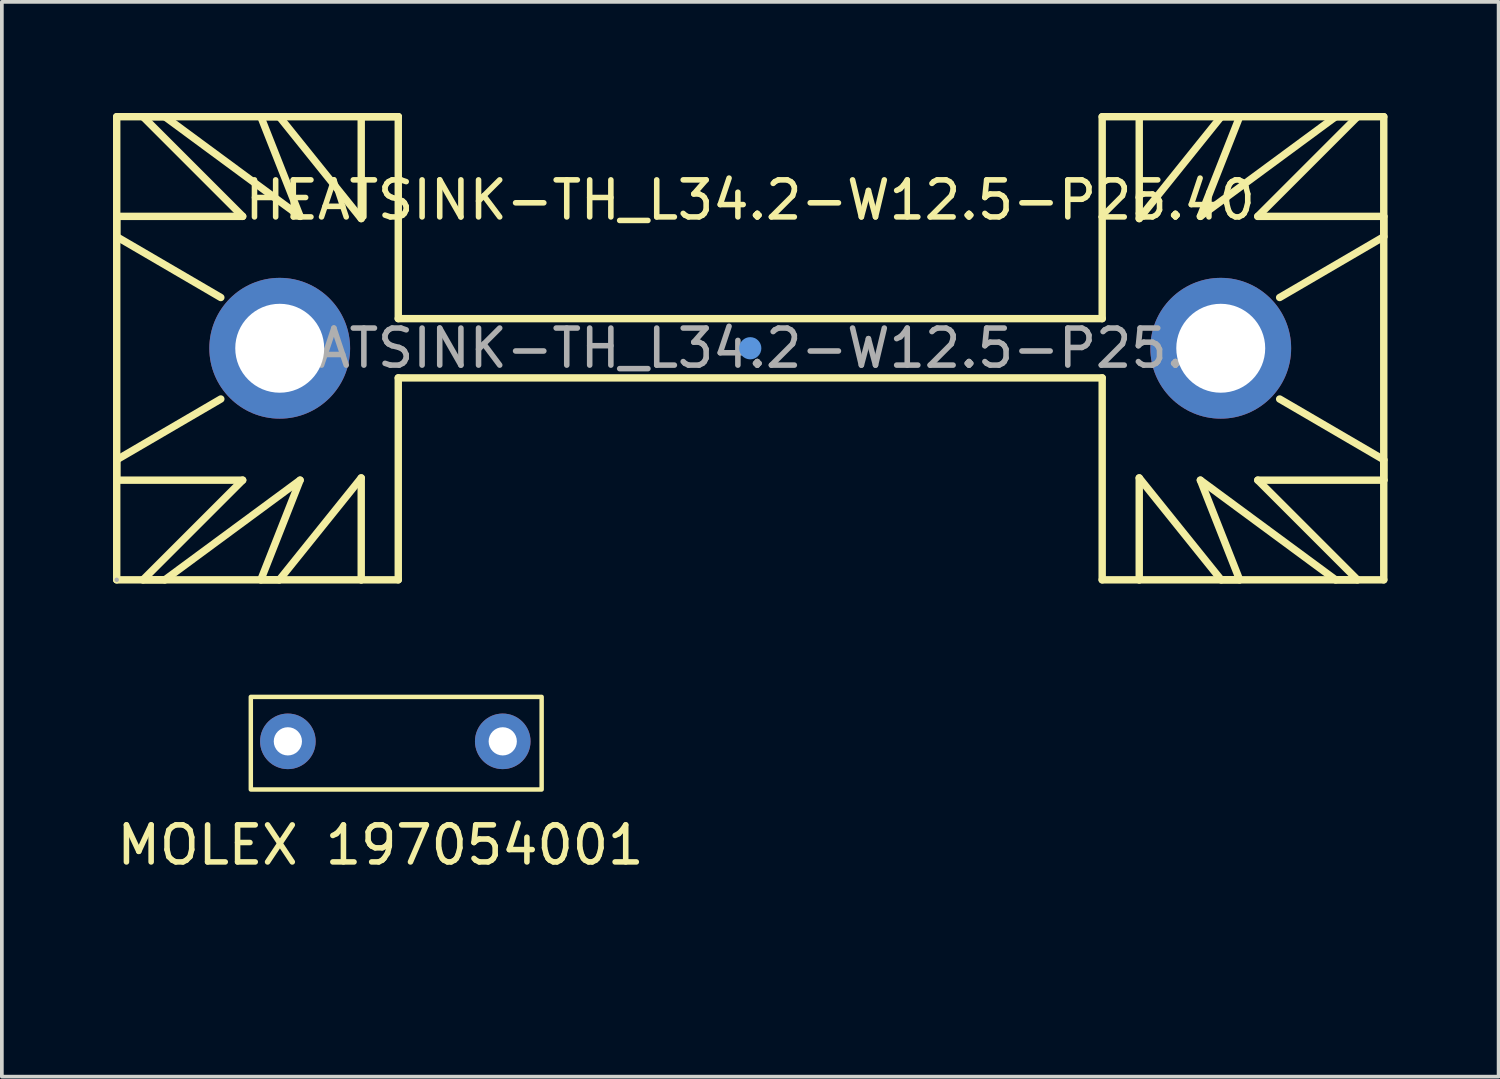
<source format=kicad_pcb>
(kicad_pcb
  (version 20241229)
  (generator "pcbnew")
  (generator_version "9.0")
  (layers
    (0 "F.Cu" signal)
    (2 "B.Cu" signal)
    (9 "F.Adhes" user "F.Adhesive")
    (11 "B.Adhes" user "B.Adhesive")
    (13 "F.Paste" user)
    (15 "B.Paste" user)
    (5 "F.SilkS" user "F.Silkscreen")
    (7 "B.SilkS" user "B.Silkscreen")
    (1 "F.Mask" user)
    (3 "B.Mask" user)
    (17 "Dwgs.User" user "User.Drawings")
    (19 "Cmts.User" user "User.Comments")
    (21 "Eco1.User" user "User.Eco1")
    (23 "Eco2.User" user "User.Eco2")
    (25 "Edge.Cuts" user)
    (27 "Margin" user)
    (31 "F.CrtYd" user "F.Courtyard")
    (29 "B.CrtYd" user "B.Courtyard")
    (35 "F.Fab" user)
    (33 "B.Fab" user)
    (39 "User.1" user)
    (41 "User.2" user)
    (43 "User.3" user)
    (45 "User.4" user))
  (footprint "MOLEX 197054001"
    (layer "F.Cu")
    (at 4.72 22.76)
    (property "Reference" "MOLEX 197054001" (at 2.5 -3 0) (unlocked yes) (layer "F.SilkS") (effects (font (size 1 1) (thickness 0.15))))
    (attr through_hole)
    (fp_rect (start -1 -7) (end 6.85 -4.5) (stroke (width 0.12) (type default)) (fill no) (layer "F.SilkS"))
    (pad "1" thru_hole circle (at 0 -5.8) (size 1.5 1.5) (drill 0.762) (layers "*.Cu" "*.Mask"))
    (pad "2" thru_hole circle (at 5.8 -5.8) (size 1.5 1.5) (drill 0.762) (layers "*.Cu" "*.Mask")))
  (footprint "HEATSINK-TH_L34.2-W12.5-P25.40"
    (layer "F.Cu")
    (at 17.2 6.35)
    (property "Reference" "HEATSINK-TH_L34.2-W12.5-P25.40" (at 0 -4 0) (layer "F.SilkS") (effects (font (size 1 1) (thickness 0.15))))
    (attr through_hole)
    (fp_line (start -17.1 -6.25) (end -17.1 3.56) (stroke (width 0.2) (type solid)) (layer "F.SilkS"))
    (fp_line (start -17.1 -3.56) (end -17.1 -3.01) (stroke (width 0.2) (type solid)) (layer "F.SilkS"))
    (fp_line (start -17.1 -3.01) (end -14.29 -1.37) (stroke (width 0.2) (type solid)) (layer "F.SilkS"))
    (fp_line (start -17.1 3.01) (end -14.29 1.37) (stroke (width 0.2) (type solid)) (layer "F.SilkS"))
    (fp_line (start -17.1 3.56) (end -17.1 3.01) (stroke (width 0.2) (type solid)) (layer "F.SilkS"))
    (fp_line (start -17.1 3.56) (end -17.1 6.25) (stroke (width 0.2) (type solid)) (layer "F.SilkS"))
    (fp_line (start -17.1 6.25) (end -10.5 6.25) (stroke (width 0.2) (type solid)) (layer "F.SilkS"))
    (fp_line (start -16.39 -6.25) (end -13.7 -3.56) (stroke (width 0.2) (type solid)) (layer "F.SilkS"))
    (fp_line (start -16.39 6.25) (end -13.7 3.56) (stroke (width 0.2) (type solid)) (layer "F.SilkS"))
    (fp_line (start -15.8 -6.25) (end -16.39 -6.25) (stroke (width 0.2) (type solid)) (layer "F.SilkS"))
    (fp_line (start -15.8 6.25) (end -16.39 6.25) (stroke (width 0.2) (type solid)) (layer "F.SilkS"))
    (fp_line (start -13.7 -3.56) (end -17.1 -3.56) (stroke (width 0.2) (type solid)) (layer "F.SilkS"))
    (fp_line (start -13.7 3.56) (end -17.1 3.56) (stroke (width 0.2) (type solid)) (layer "F.SilkS"))
    (fp_line (start -13.21 -6.25) (end -12.15 -3.56) (stroke (width 0.2) (type solid)) (layer "F.SilkS"))
    (fp_line (start -13.21 6.25) (end -12.15 3.56) (stroke (width 0.2) (type solid)) (layer "F.SilkS"))
    (fp_line (start -12.71 -6.25) (end -13.21 -6.25) (stroke (width 0.2) (type solid)) (layer "F.SilkS"))
    (fp_line (start -12.71 6.25) (end -13.21 6.25) (stroke (width 0.2) (type solid)) (layer "F.SilkS"))
    (fp_line (start -12.15 -3.56) (end -15.8 -6.25) (stroke (width 0.2) (type solid)) (layer "F.SilkS"))
    (fp_line (start -12.15 3.56) (end -15.8 6.25) (stroke (width 0.2) (type solid)) (layer "F.SilkS"))
    (fp_line (start -10.5 -6.25) (end -9.5 -6.25) (stroke (width 0.2) (type solid)) (layer "F.SilkS"))
    (fp_line (start -10.5 -3.5) (end -12.71 -6.25) (stroke (width 0.2) (type solid)) (layer "F.SilkS"))
    (fp_line (start -10.5 -3.5) (end -10.5 -6.25) (stroke (width 0.2) (type solid)) (layer "F.SilkS"))
    (fp_line (start -10.5 3.5) (end -12.71 6.25) (stroke (width 0.2) (type solid)) (layer "F.SilkS"))
    (fp_line (start -10.5 3.5) (end -10.5 6.25) (stroke (width 0.2) (type solid)) (layer "F.SilkS"))
    (fp_line (start -10.5 6.25) (end -9.5 6.25) (stroke (width 0.2) (type solid)) (layer "F.SilkS"))
    (fp_line (start -9.5 -6.25) (end -17.1 -6.25) (stroke (width 0.2) (type solid)) (layer "F.SilkS"))
    (fp_line (start -9.5 -0.8) (end -9.5 -6.25) (stroke (width 0.2) (type solid)) (layer "F.SilkS"))
    (fp_line (start -9.5 -0.8) (end 9.5 -0.8) (stroke (width 0.2) (type solid)) (layer "F.SilkS"))
    (fp_line (start -9.5 6.25) (end -9.5 0.8) (stroke (width 0.2) (type solid)) (layer "F.SilkS"))
    (fp_line (start 9.5 -6.25) (end 10.5 -6.25) (stroke (width 0.2) (type solid)) (layer "F.SilkS"))
    (fp_line (start 9.5 -0.8) (end 9.5 -6.25) (stroke (width 0.2) (type solid)) (layer "F.SilkS"))
    (fp_line (start 9.5 0.8) (end -9.5 0.8) (stroke (width 0.2) (type solid)) (layer "F.SilkS"))
    (fp_line (start 9.5 0.8) (end 9.5 6.25) (stroke (width 0.2) (type solid)) (layer "F.SilkS"))
    (fp_line (start 9.5 6.25) (end 10.5 6.25) (stroke (width 0.2) (type solid)) (layer "F.SilkS"))
    (fp_line (start 10.5 -6.25) (end 17.1 -6.25) (stroke (width 0.2) (type solid)) (layer "F.SilkS"))
    (fp_line (start 10.5 -3.5) (end 10.5 -6.25) (stroke (width 0.2) (type solid)) (layer "F.SilkS"))
    (fp_line (start 10.5 -3.5) (end 12.71 -6.25) (stroke (width 0.2) (type solid)) (layer "F.SilkS"))
    (fp_line (start 10.5 3.5) (end 10.5 6.25) (stroke (width 0.2) (type solid)) (layer "F.SilkS"))
    (fp_line (start 10.5 3.5) (end 12.71 6.25) (stroke (width 0.2) (type solid)) (layer "F.SilkS"))
    (fp_line (start 12.15 -3.56) (end 15.8 -6.25) (stroke (width 0.2) (type solid)) (layer "F.SilkS"))
    (fp_line (start 12.15 3.56) (end 15.8 6.25) (stroke (width 0.2) (type solid)) (layer "F.SilkS"))
    (fp_line (start 12.71 -6.25) (end 13.21 -6.25) (stroke (width 0.2) (type solid)) (layer "F.SilkS"))
    (fp_line (start 12.71 6.25) (end 13.21 6.25) (stroke (width 0.2) (type solid)) (layer "F.SilkS"))
    (fp_line (start 13.21 -6.25) (end 12.15 -3.56) (stroke (width 0.2) (type solid)) (layer "F.SilkS"))
    (fp_line (start 13.21 6.25) (end 12.15 3.56) (stroke (width 0.2) (type solid)) (layer "F.SilkS"))
    (fp_line (start 13.7 -3.56) (end 17.1 -3.56) (stroke (width 0.2) (type solid)) (layer "F.SilkS"))
    (fp_line (start 13.7 3.56) (end 17.1 3.56) (stroke (width 0.2) (type solid)) (layer "F.SilkS"))
    (fp_line (start 15.8 -6.25) (end 16.39 -6.25) (stroke (width 0.2) (type solid)) (layer "F.SilkS"))
    (fp_line (start 15.8 6.25) (end 16.39 6.25) (stroke (width 0.2) (type solid)) (layer "F.SilkS"))
    (fp_line (start 16.39 -6.25) (end 13.7 -3.56) (stroke (width 0.2) (type solid)) (layer "F.SilkS"))
    (fp_line (start 16.39 6.25) (end 13.7 3.56) (stroke (width 0.2) (type solid)) (layer "F.SilkS"))
    (fp_line (start 17.1 -6.25) (end 17.1 3.56) (stroke (width 0.2) (type solid)) (layer "F.SilkS"))
    (fp_line (start 17.1 -3.56) (end 17.1 -3.01) (stroke (width 0.2) (type solid)) (layer "F.SilkS"))
    (fp_line (start 17.1 -3.01) (end 14.29 -1.37) (stroke (width 0.2) (type solid)) (layer "F.SilkS"))
    (fp_line (start 17.1 3.01) (end 14.29 1.37) (stroke (width 0.2) (type solid)) (layer "F.SilkS"))
    (fp_line (start 17.1 3.56) (end 17.1 3.01) (stroke (width 0.2) (type solid)) (layer "F.SilkS"))
    (fp_line (start 17.1 3.56) (end 17.1 6.25) (stroke (width 0.2) (type solid)) (layer "F.SilkS"))
    (fp_line (start 17.1 6.25) (end 10.5 6.25) (stroke (width 0.2) (type solid)) (layer "F.SilkS"))
    (fp_circle (center 0 0) (end 0.15 0) (stroke (width 0.3) (type solid)) (fill no) (layer "Cmts.User"))
    (fp_circle (center -17.1 6.25) (end -17.07 6.25) (stroke (width 0.06) (type solid)) (fill no) (layer "F.Fab"))
    (fp_circle (center -12.7 0) (end -12.2 0) (stroke (width 1) (type solid)) (fill no) (layer "F.Fab"))
    (fp_circle (center 12.7 0) (end 13.2 0) (stroke (width 1) (type solid)) (fill no) (layer "F.Fab"))
    (fp_text user "${REFERENCE}" (at 0 0 0) (layer "F.Fab") (effects (font (size 1 1) (thickness 0.15))))
    (pad "1" thru_hole circle (at -12.7 0) (size 3.8 3.8) (drill 2.4) (layers "*.Cu" "*.Mask"))
    (pad "2" thru_hole circle (at 12.7 0) (size 3.8 3.8) (drill 2.4) (layers "*.Cu" "*.Mask")))
  (gr_rect
    (start -3 -3)
    (end 37.4 26.01)
    (stroke (width 0.1) (type default))
    (fill no)
    (layer "Edge.Cuts")))
</source>
